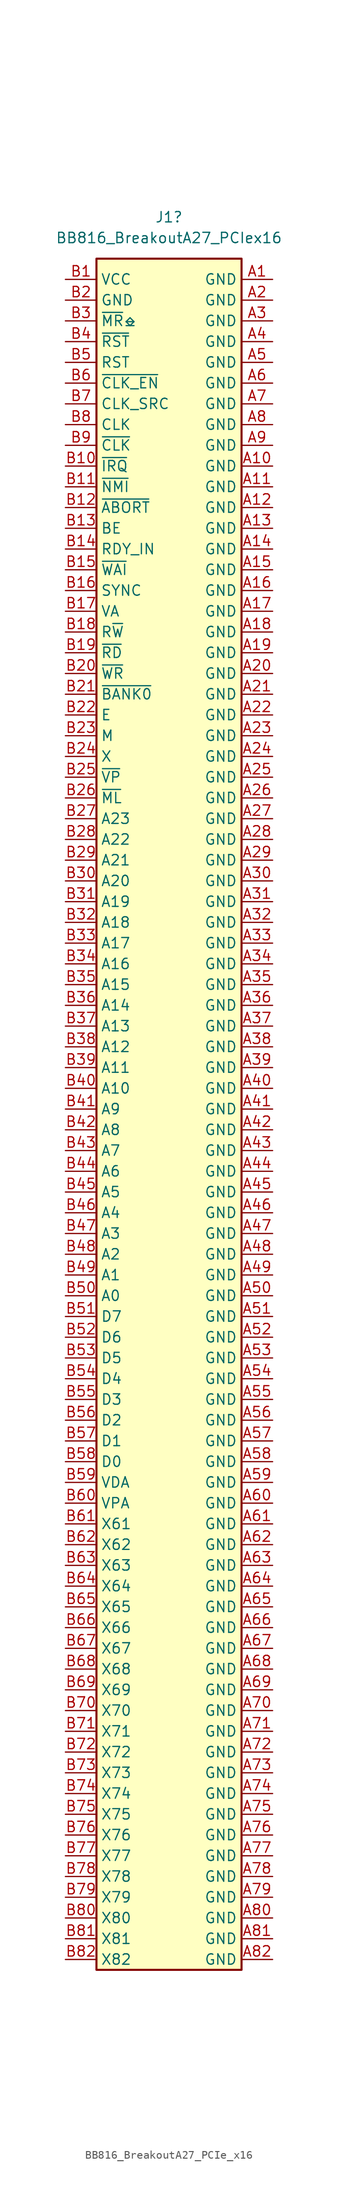
<source format=kicad_sym>
(kicad_symbol_lib
  (version 20231120)
  (generator "kicad_symbol_editor")
  (generator_version "8.0")
  (symbol "BB816_BreakoutA27_PCIe_x16"
    (property "Reference" "J1"
      (at 0 109.22 0)
      (effects (font (size 1.27 1.27))))
    (property "Value" "BB816_BreakoutA27_PCIex16"
      (at 0 106.68 0)
      (effects (font (size 1.27 1.27))))
    (symbol "BB816_BreakoutA27_PCIe_x16_0_1"
      (rectangle (start -8.89 104.14) (end 8.89 -105.41) (stroke (width 0.254) (type default)) (fill (type background))))
    (symbol "BB816_BreakoutA27_PCIe_x16_1_1"
      (pin power_out line (at 12.7 101.6 180) (length 3.81) (name "GND" (effects (font (size 1.27 1.27)))) (number "A1" (effects (font (size 1.27 1.27)))))
      (pin power_out line (at 12.7 78.74 180) (length 3.81) (name "GND" (effects (font (size 1.27 1.27)))) (number "A10" (effects (font (size 1.27 1.27)))))
      (pin power_out line (at 12.7 76.2 180) (length 3.81) (name "GND" (effects (font (size 1.27 1.27)))) (number "A11" (effects (font (size 1.27 1.27)))))
      (pin power_out line (at 12.7 73.66 180) (length 3.81) (name "GND" (effects (font (size 1.27 1.27)))) (number "A12" (effects (font (size 1.27 1.27)))))
      (pin power_out line (at 12.7 71.12 180) (length 3.81) (name "GND" (effects (font (size 1.27 1.27)))) (number "A13" (effects (font (size 1.27 1.27)))))
      (pin power_out line (at 12.7 68.58 180) (length 3.81) (name "GND" (effects (font (size 1.27 1.27)))) (number "A14" (effects (font (size 1.27 1.27)))))
      (pin power_out line (at 12.7 66.04 180) (length 3.81) (name "GND" (effects (font (size 1.27 1.27)))) (number "A15" (effects (font (size 1.27 1.27)))))
      (pin power_out line (at 12.7 63.5 180) (length 3.81) (name "GND" (effects (font (size 1.27 1.27)))) (number "A16" (effects (font (size 1.27 1.27)))))
      (pin power_out line (at 12.7 60.96 180) (length 3.81) (name "GND" (effects (font (size 1.27 1.27)))) (number "A17" (effects (font (size 1.27 1.27)))))
      (pin power_out line (at 12.7 58.42 180) (length 3.81) (name "GND" (effects (font (size 1.27 1.27)))) (number "A18" (effects (font (size 1.27 1.27)))))
      (pin power_out line (at 12.7 55.88 180) (length 3.81) (name "GND" (effects (font (size 1.27 1.27)))) (number "A19" (effects (font (size 1.27 1.27)))))
      (pin power_out line (at 12.7 99.06 180) (length 3.81) (name "GND" (effects (font (size 1.27 1.27)))) (number "A2" (effects (font (size 1.27 1.27)))))
      (pin power_out line (at 12.7 53.34 180) (length 3.81) (name "GND" (effects (font (size 1.27 1.27)))) (number "A20" (effects (font (size 1.27 1.27)))))
      (pin power_out line (at 12.7 50.8 180) (length 3.81) (name "GND" (effects (font (size 1.27 1.27)))) (number "A21" (effects (font (size 1.27 1.27)))))
      (pin power_out line (at 12.7 48.26 180) (length 3.81) (name "GND" (effects (font (size 1.27 1.27)))) (number "A22" (effects (font (size 1.27 1.27)))))
      (pin power_out line (at 12.7 45.72 180) (length 3.81) (name "GND" (effects (font (size 1.27 1.27)))) (number "A23" (effects (font (size 1.27 1.27)))))
      (pin power_out line (at 12.7 43.18 180) (length 3.81) (name "GND" (effects (font (size 1.27 1.27)))) (number "A24" (effects (font (size 1.27 1.27)))))
      (pin power_out line (at 12.7 40.64 180) (length 3.81) (name "GND" (effects (font (size 1.27 1.27)))) (number "A25" (effects (font (size 1.27 1.27)))))
      (pin power_out line (at 12.7 38.1 180) (length 3.81) (name "GND" (effects (font (size 1.27 1.27)))) (number "A26" (effects (font (size 1.27 1.27)))))
      (pin power_out line (at 12.7 35.56 180) (length 3.81) (name "GND" (effects (font (size 1.27 1.27)))) (number "A27" (effects (font (size 1.27 1.27)))))
      (pin power_out line (at 12.7 33.02 180) (length 3.81) (name "GND" (effects (font (size 1.27 1.27)))) (number "A28" (effects (font (size 1.27 1.27)))))
      (pin power_out line (at 12.7 30.48 180) (length 3.81) (name "GND" (effects (font (size 1.27 1.27)))) (number "A29" (effects (font (size 1.27 1.27)))))
      (pin power_out line (at 12.7 96.52 180) (length 3.81) (name "GND" (effects (font (size 1.27 1.27)))) (number "A3" (effects (font (size 1.27 1.27)))))
      (pin power_out line (at 12.7 27.94 180) (length 3.81) (name "GND" (effects (font (size 1.27 1.27)))) (number "A30" (effects (font (size 1.27 1.27)))))
      (pin power_out line (at 12.7 25.4 180) (length 3.81) (name "GND" (effects (font (size 1.27 1.27)))) (number "A31" (effects (font (size 1.27 1.27)))))
      (pin power_out line (at 12.7 22.86 180) (length 3.81) (name "GND" (effects (font (size 1.27 1.27)))) (number "A32" (effects (font (size 1.27 1.27)))))
      (pin power_out line (at 12.7 20.32 180) (length 3.81) (name "GND" (effects (font (size 1.27 1.27)))) (number "A33" (effects (font (size 1.27 1.27)))))
      (pin power_out line (at 12.7 17.78 180) (length 3.81) (name "GND" (effects (font (size 1.27 1.27)))) (number "A34" (effects (font (size 1.27 1.27)))))
      (pin power_out line (at 12.7 15.24 180) (length 3.81) (name "GND" (effects (font (size 1.27 1.27)))) (number "A35" (effects (font (size 1.27 1.27)))))
      (pin power_out line (at 12.7 12.7 180) (length 3.81) (name "GND" (effects (font (size 1.27 1.27)))) (number "A36" (effects (font (size 1.27 1.27)))))
      (pin power_out line (at 12.7 10.16 180) (length 3.81) (name "GND" (effects (font (size 1.27 1.27)))) (number "A37" (effects (font (size 1.27 1.27)))))
      (pin power_out line (at 12.7 7.62 180) (length 3.81) (name "GND" (effects (font (size 1.27 1.27)))) (number "A38" (effects (font (size 1.27 1.27)))))
      (pin power_out line (at 12.7 5.08 180) (length 3.81) (name "GND" (effects (font (size 1.27 1.27)))) (number "A39" (effects (font (size 1.27 1.27)))))
      (pin power_out line (at 12.7 93.98 180) (length 3.81) (name "GND" (effects (font (size 1.27 1.27)))) (number "A4" (effects (font (size 1.27 1.27)))))
      (pin power_out line (at 12.7 2.54 180) (length 3.81) (name "GND" (effects (font (size 1.27 1.27)))) (number "A40" (effects (font (size 1.27 1.27)))))
      (pin power_out line (at 12.7 0 180) (length 3.81) (name "GND" (effects (font (size 1.27 1.27)))) (number "A41" (effects (font (size 1.27 1.27)))))
      (pin power_out line (at 12.7 -2.54 180) (length 3.81) (name "GND" (effects (font (size 1.27 1.27)))) (number "A42" (effects (font (size 1.27 1.27)))))
      (pin power_out line (at 12.7 -5.08 180) (length 3.81) (name "GND" (effects (font (size 1.27 1.27)))) (number "A43" (effects (font (size 1.27 1.27)))))
      (pin power_out line (at 12.7 -7.62 180) (length 3.81) (name "GND" (effects (font (size 1.27 1.27)))) (number "A44" (effects (font (size 1.27 1.27)))))
      (pin power_out line (at 12.7 -10.16 180) (length 3.81) (name "GND" (effects (font (size 1.27 1.27)))) (number "A45" (effects (font (size 1.27 1.27)))))
      (pin power_out line (at 12.7 -12.7 180) (length 3.81) (name "GND" (effects (font (size 1.27 1.27)))) (number "A46" (effects (font (size 1.27 1.27)))))
      (pin power_out line (at 12.7 -15.24 180) (length 3.81) (name "GND" (effects (font (size 1.27 1.27)))) (number "A47" (effects (font (size 1.27 1.27)))))
      (pin power_out line (at 12.7 -17.78 180) (length 3.81) (name "GND" (effects (font (size 1.27 1.27)))) (number "A48" (effects (font (size 1.27 1.27)))))
      (pin power_out line (at 12.7 -20.32 180) (length 3.81) (name "GND" (effects (font (size 1.27 1.27)))) (number "A49" (effects (font (size 1.27 1.27)))))
      (pin power_out line (at 12.7 91.44 180) (length 3.81) (name "GND" (effects (font (size 1.27 1.27)))) (number "A5" (effects (font (size 1.27 1.27)))))
      (pin power_out line (at 12.7 -22.86 180) (length 3.81) (name "GND" (effects (font (size 1.27 1.27)))) (number "A50" (effects (font (size 1.27 1.27)))))
      (pin power_out line (at 12.7 -25.4 180) (length 3.81) (name "GND" (effects (font (size 1.27 1.27)))) (number "A51" (effects (font (size 1.27 1.27)))))
      (pin power_out line (at 12.7 -27.94 180) (length 3.81) (name "GND" (effects (font (size 1.27 1.27)))) (number "A52" (effects (font (size 1.27 1.27)))))
      (pin power_out line (at 12.7 -30.48 180) (length 3.81) (name "GND" (effects (font (size 1.27 1.27)))) (number "A53" (effects (font (size 1.27 1.27)))))
      (pin power_out line (at 12.7 -33.02 180) (length 3.81) (name "GND" (effects (font (size 1.27 1.27)))) (number "A54" (effects (font (size 1.27 1.27)))))
      (pin power_out line (at 12.7 -35.56 180) (length 3.81) (name "GND" (effects (font (size 1.27 1.27)))) (number "A55" (effects (font (size 1.27 1.27)))))
      (pin power_out line (at 12.7 -38.1 180) (length 3.81) (name "GND" (effects (font (size 1.27 1.27)))) (number "A56" (effects (font (size 1.27 1.27)))))
      (pin power_out line (at 12.7 -40.64 180) (length 3.81) (name "GND" (effects (font (size 1.27 1.27)))) (number "A57" (effects (font (size 1.27 1.27)))))
      (pin power_out line (at 12.7 -43.18 180) (length 3.81) (name "GND" (effects (font (size 1.27 1.27)))) (number "A58" (effects (font (size 1.27 1.27)))))
      (pin power_out line (at 12.7 -45.72 180) (length 3.81) (name "GND" (effects (font (size 1.27 1.27)))) (number "A59" (effects (font (size 1.27 1.27)))))
      (pin power_out line (at 12.7 88.9 180) (length 3.81) (name "GND" (effects (font (size 1.27 1.27)))) (number "A6" (effects (font (size 1.27 1.27)))))
      (pin power_out line (at 12.7 -48.26 180) (length 3.81) (name "GND" (effects (font (size 1.27 1.27)))) (number "A60" (effects (font (size 1.27 1.27)))))
      (pin power_out line (at 12.7 -50.8 180) (length 3.81) (name "GND" (effects (font (size 1.27 1.27)))) (number "A61" (effects (font (size 1.27 1.27)))))
      (pin power_out line (at 12.7 -53.34 180) (length 3.81) (name "GND" (effects (font (size 1.27 1.27)))) (number "A62" (effects (font (size 1.27 1.27)))))
      (pin power_out line (at 12.7 -55.88 180) (length 3.81) (name "GND" (effects (font (size 1.27 1.27)))) (number "A63" (effects (font (size 1.27 1.27)))))
      (pin power_out line (at 12.7 -58.42 180) (length 3.81) (name "GND" (effects (font (size 1.27 1.27)))) (number "A64" (effects (font (size 1.27 1.27)))))
      (pin power_out line (at 12.7 -60.96 180) (length 3.81) (name "GND" (effects (font (size 1.27 1.27)))) (number "A65" (effects (font (size 1.27 1.27)))))
      (pin power_out line (at 12.7 -63.5 180) (length 3.81) (name "GND" (effects (font (size 1.27 1.27)))) (number "A66" (effects (font (size 1.27 1.27)))))
      (pin power_out line (at 12.7 -66.04 180) (length 3.81) (name "GND" (effects (font (size 1.27 1.27)))) (number "A67" (effects (font (size 1.27 1.27)))))
      (pin power_out line (at 12.7 -68.58 180) (length 3.81) (name "GND" (effects (font (size 1.27 1.27)))) (number "A68" (effects (font (size 1.27 1.27)))))
      (pin power_out line (at 12.7 -71.12 180) (length 3.81) (name "GND" (effects (font (size 1.27 1.27)))) (number "A69" (effects (font (size 1.27 1.27)))))
      (pin power_out line (at 12.7 86.36 180) (length 3.81) (name "GND" (effects (font (size 1.27 1.27)))) (number "A7" (effects (font (size 1.27 1.27)))))
      (pin power_out line (at 12.7 -73.66 180) (length 3.81) (name "GND" (effects (font (size 1.27 1.27)))) (number "A70" (effects (font (size 1.27 1.27)))))
      (pin power_out line (at 12.7 -76.2 180) (length 3.81) (name "GND" (effects (font (size 1.27 1.27)))) (number "A71" (effects (font (size 1.27 1.27)))))
      (pin power_out line (at 12.7 -78.74 180) (length 3.81) (name "GND" (effects (font (size 1.27 1.27)))) (number "A72" (effects (font (size 1.27 1.27)))))
      (pin power_out line (at 12.7 -81.28 180) (length 3.81) (name "GND" (effects (font (size 1.27 1.27)))) (number "A73" (effects (font (size 1.27 1.27)))))
      (pin power_out line (at 12.7 -83.82 180) (length 3.81) (name "GND" (effects (font (size 1.27 1.27)))) (number "A74" (effects (font (size 1.27 1.27)))))
      (pin power_out line (at 12.7 -86.36 180) (length 3.81) (name "GND" (effects (font (size 1.27 1.27)))) (number "A75" (effects (font (size 1.27 1.27)))))
      (pin power_out line (at 12.7 -88.9 180) (length 3.81) (name "GND" (effects (font (size 1.27 1.27)))) (number "A76" (effects (font (size 1.27 1.27)))))
      (pin power_out line (at 12.7 -91.44 180) (length 3.81) (name "GND" (effects (font (size 1.27 1.27)))) (number "A77" (effects (font (size 1.27 1.27)))))
      (pin power_out line (at 12.7 -93.98 180) (length 3.81) (name "GND" (effects (font (size 1.27 1.27)))) (number "A78" (effects (font (size 1.27 1.27)))))
      (pin power_out line (at 12.7 -96.52 180) (length 3.81) (name "GND" (effects (font (size 1.27 1.27)))) (number "A79" (effects (font (size 1.27 1.27)))))
      (pin power_out line (at 12.7 83.82 180) (length 3.81) (name "GND" (effects (font (size 1.27 1.27)))) (number "A8" (effects (font (size 1.27 1.27)))))
      (pin power_out line (at 12.7 -99.06 180) (length 3.81) (name "GND" (effects (font (size 1.27 1.27)))) (number "A80" (effects (font (size 1.27 1.27)))))
      (pin power_out line (at 12.7 -101.6 180) (length 3.81) (name "GND" (effects (font (size 1.27 1.27)))) (number "A81" (effects (font (size 1.27 1.27)))))
      (pin power_out line (at 12.7 -104.14 180) (length 3.81) (name "GND" (effects (font (size 1.27 1.27)))) (number "A82" (effects (font (size 1.27 1.27)))))
      (pin power_out line (at 12.7 81.28 180) (length 3.81) (name "GND" (effects (font (size 1.27 1.27)))) (number "A9" (effects (font (size 1.27 1.27)))))
      (pin power_out line (at -12.7 101.6 0) (length 3.81) (name "VCC" (effects (font (size 1.27 1.27)))) (number "B1" (effects (font (size 1.27 1.27)))))
      (pin input line (at -12.7 78.74 0) (length 3.81) (name "~{IRQ}" (effects (font (size 1.27 1.27)))) (number "B10" (effects (font (size 1.27 1.27)))))
      (pin input line (at -12.7 76.2 0) (length 3.81) (name "~{NMI}" (effects (font (size 1.27 1.27)))) (number "B11" (effects (font (size 1.27 1.27)))))
      (pin input line (at -12.7 73.66 0) (length 3.81) (name "~{ABORT}" (effects (font (size 1.27 1.27)))) (number "B12" (effects (font (size 1.27 1.27)))))
      (pin input line (at -12.7 71.12 0) (length 3.81) (name "BE" (effects (font (size 1.27 1.27)))) (number "B13" (effects (font (size 1.27 1.27)))))
      (pin input line (at -12.7 68.58 0) (length 3.81) (name "RDY_IN" (effects (font (size 1.27 1.27)))) (number "B14" (effects (font (size 1.27 1.27)))))
      (pin output line (at -12.7 66.04 0) (length 3.81) (name "~{WAI}" (effects (font (size 1.27 1.27)))) (number "B15" (effects (font (size 1.27 1.27)))))
      (pin output line (at -12.7 63.5 0) (length 3.81) (name "SYNC" (effects (font (size 1.27 1.27)))) (number "B16" (effects (font (size 1.27 1.27)))))
      (pin tri_state line (at -12.7 60.96 0) (length 3.81) (name "VA" (effects (font (size 1.27 1.27)))) (number "B17" (effects (font (size 1.27 1.27)))))
      (pin bidirectional line (at -12.7 58.42 0) (length 3.81) (name "R~{W}" (effects (font (size 1.27 1.27)))) (number "B18" (effects (font (size 1.27 1.27)))))
      (pin tri_state line (at -12.7 55.88 0) (length 3.81) (name "~{RD}" (effects (font (size 1.27 1.27)))) (number "B19" (effects (font (size 1.27 1.27)))))
      (pin power_out line (at -12.7 99.06 0) (length 3.81) (name "GND" (effects (font (size 1.27 1.27)))) (number "B2" (effects (font (size 1.27 1.27)))))
      (pin tri_state line (at -12.7 53.34 0) (length 3.81) (name "~{WR}" (effects (font (size 1.27 1.27)))) (number "B20" (effects (font (size 1.27 1.27)))))
      (pin output line (at -12.7 50.8 0) (length 3.81) (name "~{BANK0}" (effects (font (size 1.27 1.27)))) (number "B21" (effects (font (size 1.27 1.27)))))
      (pin output line (at -12.7 48.26 0) (length 3.81) (name "E" (effects (font (size 1.27 1.27)))) (number "B22" (effects (font (size 1.27 1.27)))))
      (pin output line (at -12.7 45.72 0) (length 3.81) (name "M" (effects (font (size 1.27 1.27)))) (number "B23" (effects (font (size 1.27 1.27)))))
      (pin output line (at -12.7 43.18 0) (length 3.81) (name "X" (effects (font (size 1.27 1.27)))) (number "B24" (effects (font (size 1.27 1.27)))))
      (pin output line (at -12.7 40.64 0) (length 3.81) (name "~{VP}" (effects (font (size 1.27 1.27)))) (number "B25" (effects (font (size 1.27 1.27)))))
      (pin output line (at -12.7 38.1 0) (length 3.81) (name "~{ML}" (effects (font (size 1.27 1.27)))) (number "B26" (effects (font (size 1.27 1.27)))))
      (pin bidirectional line (at -12.7 35.56 0) (length 3.81) (name "A23" (effects (font (size 1.27 1.27)))) (number "B27" (effects (font (size 1.27 1.27)))))
      (pin bidirectional line (at -12.7 33.02 0) (length 3.81) (name "A22" (effects (font (size 1.27 1.27)))) (number "B28" (effects (font (size 1.27 1.27)))))
      (pin bidirectional line (at -12.7 30.48 0) (length 3.81) (name "A21" (effects (font (size 1.27 1.27)))) (number "B29" (effects (font (size 1.27 1.27)))))
      (pin open_collector line (at -12.7 96.52 0) (length 3.81) (name "~{MR}⎒" (effects (font (size 1.27 1.27)))) (number "B3" (effects (font (size 1.27 1.27)))))
      (pin bidirectional line (at -12.7 27.94 0) (length 3.81) (name "A20" (effects (font (size 1.27 1.27)))) (number "B30" (effects (font (size 1.27 1.27)))))
      (pin bidirectional line (at -12.7 25.4 0) (length 3.81) (name "A19" (effects (font (size 1.27 1.27)))) (number "B31" (effects (font (size 1.27 1.27)))))
      (pin bidirectional line (at -12.7 22.86 0) (length 3.81) (name "A18" (effects (font (size 1.27 1.27)))) (number "B32" (effects (font (size 1.27 1.27)))))
      (pin bidirectional line (at -12.7 20.32 0) (length 3.81) (name "A17" (effects (font (size 1.27 1.27)))) (number "B33" (effects (font (size 1.27 1.27)))))
      (pin bidirectional line (at -12.7 17.78 0) (length 3.81) (name "A16" (effects (font (size 1.27 1.27)))) (number "B34" (effects (font (size 1.27 1.27)))))
      (pin tri_state line (at -12.7 15.24 0) (length 3.81) (name "A15" (effects (font (size 1.27 1.27)))) (number "B35" (effects (font (size 1.27 1.27)))))
      (pin tri_state line (at -12.7 12.7 0) (length 3.81) (name "A14" (effects (font (size 1.27 1.27)))) (number "B36" (effects (font (size 1.27 1.27)))))
      (pin tri_state line (at -12.7 10.16 0) (length 3.81) (name "A13" (effects (font (size 1.27 1.27)))) (number "B37" (effects (font (size 1.27 1.27)))))
      (pin tri_state line (at -12.7 7.62 0) (length 3.81) (name "A12" (effects (font (size 1.27 1.27)))) (number "B38" (effects (font (size 1.27 1.27)))))
      (pin tri_state line (at -12.7 5.08 0) (length 3.81) (name "A11" (effects (font (size 1.27 1.27)))) (number "B39" (effects (font (size 1.27 1.27)))))
      (pin output line (at -12.7 93.98 0) (length 3.81) (name "~{RST}" (effects (font (size 1.27 1.27)))) (number "B4" (effects (font (size 1.27 1.27)))))
      (pin tri_state line (at -12.7 2.54 0) (length 3.81) (name "A10" (effects (font (size 1.27 1.27)))) (number "B40" (effects (font (size 1.27 1.27)))))
      (pin tri_state line (at -12.7 0 0) (length 3.81) (name "A9" (effects (font (size 1.27 1.27)))) (number "B41" (effects (font (size 1.27 1.27)))))
      (pin tri_state line (at -12.7 -2.54 0) (length 3.81) (name "A8" (effects (font (size 1.27 1.27)))) (number "B42" (effects (font (size 1.27 1.27)))))
      (pin tri_state line (at -12.7 -5.08 0) (length 3.81) (name "A7" (effects (font (size 1.27 1.27)))) (number "B43" (effects (font (size 1.27 1.27)))))
      (pin tri_state line (at -12.7 -7.62 0) (length 3.81) (name "A6" (effects (font (size 1.27 1.27)))) (number "B44" (effects (font (size 1.27 1.27)))))
      (pin tri_state line (at -12.7 -10.16 0) (length 3.81) (name "A5" (effects (font (size 1.27 1.27)))) (number "B45" (effects (font (size 1.27 1.27)))))
      (pin tri_state line (at -12.7 -12.7 0) (length 3.81) (name "A4" (effects (font (size 1.27 1.27)))) (number "B46" (effects (font (size 1.27 1.27)))))
      (pin tri_state line (at -12.7 -15.24 0) (length 3.81) (name "A3" (effects (font (size 1.27 1.27)))) (number "B47" (effects (font (size 1.27 1.27)))))
      (pin tri_state line (at -12.7 -17.78 0) (length 3.81) (name "A2" (effects (font (size 1.27 1.27)))) (number "B48" (effects (font (size 1.27 1.27)))))
      (pin tri_state line (at -12.7 -20.32 0) (length 3.81) (name "A1" (effects (font (size 1.27 1.27)))) (number "B49" (effects (font (size 1.27 1.27)))))
      (pin output line (at -12.7 91.44 0) (length 3.81) (name "RST" (effects (font (size 1.27 1.27)))) (number "B5" (effects (font (size 1.27 1.27)))))
      (pin tri_state line (at -12.7 -22.86 0) (length 3.81) (name "A0" (effects (font (size 1.27 1.27)))) (number "B50" (effects (font (size 1.27 1.27)))))
      (pin bidirectional line (at -12.7 -25.4 0) (length 3.81) (name "D7" (effects (font (size 1.27 1.27)))) (number "B51" (effects (font (size 1.27 1.27)))))
      (pin bidirectional line (at -12.7 -27.94 0) (length 3.81) (name "D6" (effects (font (size 1.27 1.27)))) (number "B52" (effects (font (size 1.27 1.27)))))
      (pin bidirectional line (at -12.7 -30.48 0) (length 3.81) (name "D5" (effects (font (size 1.27 1.27)))) (number "B53" (effects (font (size 1.27 1.27)))))
      (pin bidirectional line (at -12.7 -33.02 0) (length 3.81) (name "D4" (effects (font (size 1.27 1.27)))) (number "B54" (effects (font (size 1.27 1.27)))))
      (pin bidirectional line (at -12.7 -35.56 0) (length 3.81) (name "D3" (effects (font (size 1.27 1.27)))) (number "B55" (effects (font (size 1.27 1.27)))))
      (pin bidirectional line (at -12.7 -38.1 0) (length 3.81) (name "D2" (effects (font (size 1.27 1.27)))) (number "B56" (effects (font (size 1.27 1.27)))))
      (pin bidirectional line (at -12.7 -40.64 0) (length 3.81) (name "D1" (effects (font (size 1.27 1.27)))) (number "B57" (effects (font (size 1.27 1.27)))))
      (pin bidirectional line (at -12.7 -43.18 0) (length 3.81) (name "D0" (effects (font (size 1.27 1.27)))) (number "B58" (effects (font (size 1.27 1.27)))))
      (pin output line (at -12.7 -45.72 0) (length 3.81) (name "VDA" (effects (font (size 1.27 1.27)))) (number "B59" (effects (font (size 1.27 1.27)))))
      (pin input line (at -12.7 88.9 0) (length 3.81) (name "~{CLK_EN}" (effects (font (size 1.27 1.27)))) (number "B6" (effects (font (size 1.27 1.27)))))
      (pin output line (at -12.7 -48.26 0) (length 3.81) (name "VPA" (effects (font (size 1.27 1.27)))) (number "B60" (effects (font (size 1.27 1.27)))))
      (pin passive line (at -12.7 -50.8 0) (length 3.81) (name "X61" (effects (font (size 1.27 1.27)))) (number "B61" (effects (font (size 1.27 1.27)))))
      (pin passive line (at -12.7 -53.34 0) (length 3.81) (name "X62" (effects (font (size 1.27 1.27)))) (number "B62" (effects (font (size 1.27 1.27)))))
      (pin passive line (at -12.7 -55.88 0) (length 3.81) (name "X63" (effects (font (size 1.27 1.27)))) (number "B63" (effects (font (size 1.27 1.27)))))
      (pin passive line (at -12.7 -58.42 0) (length 3.81) (name "X64" (effects (font (size 1.27 1.27)))) (number "B64" (effects (font (size 1.27 1.27)))))
      (pin passive line (at -12.7 -60.96 0) (length 3.81) (name "X65" (effects (font (size 1.27 1.27)))) (number "B65" (effects (font (size 1.27 1.27)))))
      (pin passive line (at -12.7 -63.5 0) (length 3.81) (name "X66" (effects (font (size 1.27 1.27)))) (number "B66" (effects (font (size 1.27 1.27)))))
      (pin passive line (at -12.7 -66.04 0) (length 3.81) (name "X67" (effects (font (size 1.27 1.27)))) (number "B67" (effects (font (size 1.27 1.27)))))
      (pin passive line (at -12.7 -68.58 0) (length 3.81) (name "X68" (effects (font (size 1.27 1.27)))) (number "B68" (effects (font (size 1.27 1.27)))))
      (pin passive line (at -12.7 -71.12 0) (length 3.81) (name "X69" (effects (font (size 1.27 1.27)))) (number "B69" (effects (font (size 1.27 1.27)))))
      (pin bidirectional line (at -12.7 86.36 0) (length 3.81) (name "CLK_SRC" (effects (font (size 1.27 1.27)))) (number "B7" (effects (font (size 1.27 1.27)))))
      (pin passive line (at -12.7 -73.66 0) (length 3.81) (name "X70" (effects (font (size 1.27 1.27)))) (number "B70" (effects (font (size 1.27 1.27)))))
      (pin passive line (at -12.7 -76.2 0) (length 3.81) (name "X71" (effects (font (size 1.27 1.27)))) (number "B71" (effects (font (size 1.27 1.27)))))
      (pin passive line (at -12.7 -78.74 0) (length 3.81) (name "X72" (effects (font (size 1.27 1.27)))) (number "B72" (effects (font (size 1.27 1.27)))))
      (pin passive line (at -12.7 -81.28 0) (length 3.81) (name "X73" (effects (font (size 1.27 1.27)))) (number "B73" (effects (font (size 1.27 1.27)))))
      (pin passive line (at -12.7 -83.82 0) (length 3.81) (name "X74" (effects (font (size 1.27 1.27)))) (number "B74" (effects (font (size 1.27 1.27)))))
      (pin passive line (at -12.7 -86.36 0) (length 3.81) (name "X75" (effects (font (size 1.27 1.27)))) (number "B75" (effects (font (size 1.27 1.27)))))
      (pin passive line (at -12.7 -88.9 0) (length 3.81) (name "X76" (effects (font (size 1.27 1.27)))) (number "B76" (effects (font (size 1.27 1.27)))))
      (pin passive line (at -12.7 -91.44 0) (length 3.81) (name "X77" (effects (font (size 1.27 1.27)))) (number "B77" (effects (font (size 1.27 1.27)))))
      (pin passive line (at -12.7 -93.98 0) (length 3.81) (name "X78" (effects (font (size 1.27 1.27)))) (number "B78" (effects (font (size 1.27 1.27)))))
      (pin passive line (at -12.7 -96.52 0) (length 3.81) (name "X79" (effects (font (size 1.27 1.27)))) (number "B79" (effects (font (size 1.27 1.27)))))
      (pin output line (at -12.7 83.82 0) (length 3.81) (name "CLK" (effects (font (size 1.27 1.27)))) (number "B8" (effects (font (size 1.27 1.27)))))
      (pin passive line (at -12.7 -99.06 0) (length 3.81) (name "X80" (effects (font (size 1.27 1.27)))) (number "B80" (effects (font (size 1.27 1.27)))))
      (pin passive line (at -12.7 -101.6 0) (length 3.81) (name "X81" (effects (font (size 1.27 1.27)))) (number "B81" (effects (font (size 1.27 1.27)))))
      (pin passive line (at -12.7 -104.14 0) (length 3.81) (name "X82" (effects (font (size 1.27 1.27)))) (number "B82" (effects (font (size 1.27 1.27)))))
      (pin output line (at -12.7 81.28 0) (length 3.81) (name "~{CLK}" (effects (font (size 1.27 1.27)))) (number "B9" (effects (font (size 1.27 1.27))))))))
</source>
